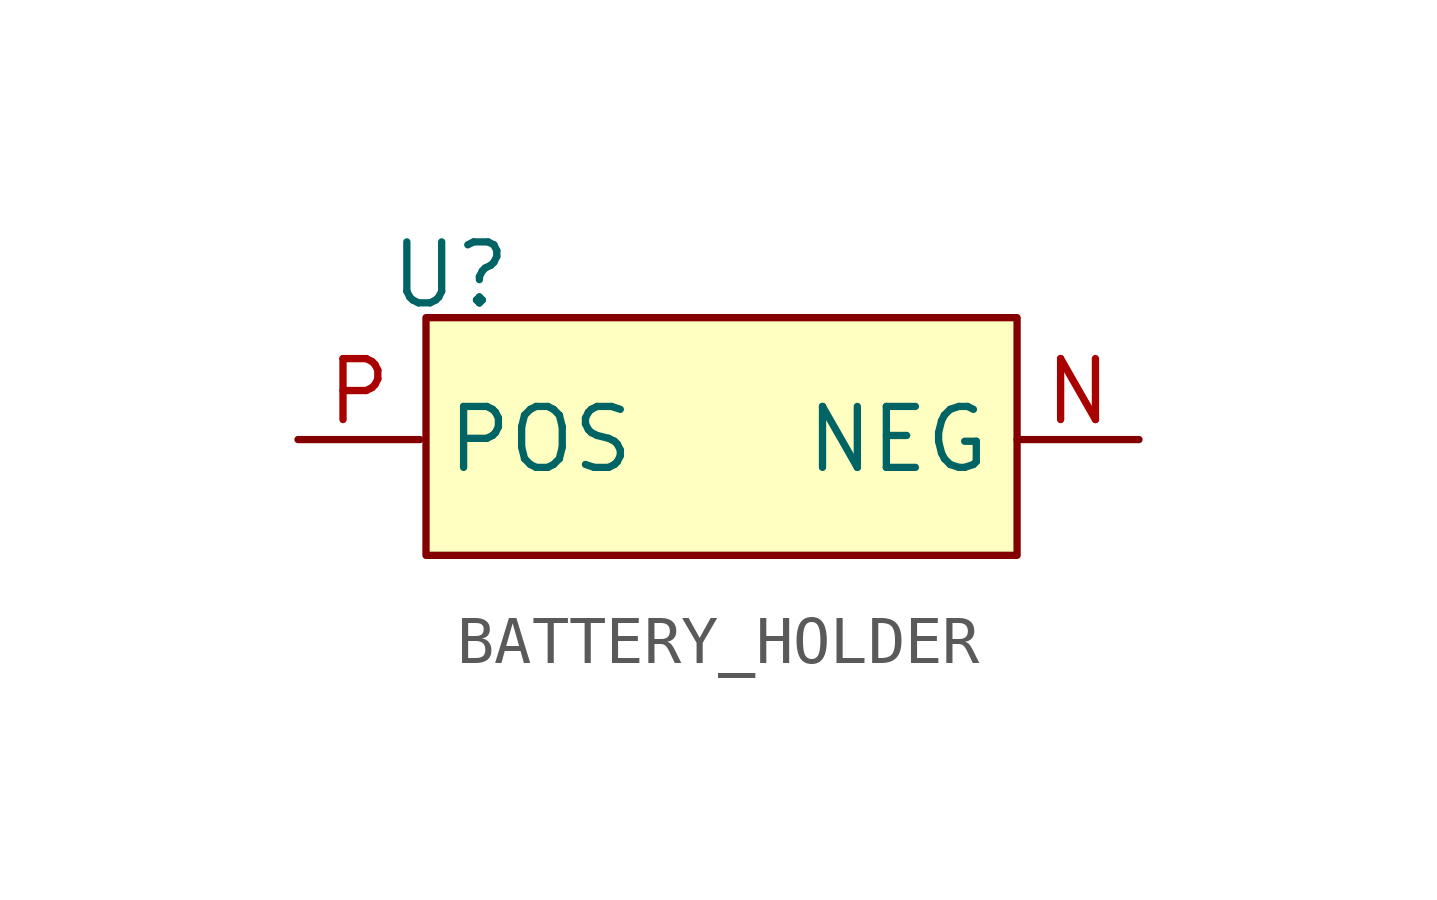
<source format=kicad_sym>
(kicad_symbol_lib
  (version 20220914)
  (generator kicad_symbol_editor)
  (symbol "BATTERY_HOLDER"
    (property "Reference" "U"
      (at 0.508 5.842 0)
      (effects (font (size 1.27 1.27))))
    (property "Value" ""
      (at 0 0 0)
      (effects (font (size 1.27 1.27))))
    (symbol "BATTERY_HOLDER_1_1"
      (rectangle (start 0 4.953) (end 12.319 0) (stroke (width 0) (type default)) (fill (type background)))
      (pin power_in line (at 14.859 2.413 180) (length 2.54) (name "NEG" (effects (font (size 1.27 1.27)))) (number "N" (effects (font (size 1.27 1.27)))))
      (pin power_in line (at -2.667 2.413 0) (length 2.54) (name "POS" (effects (font (size 1.27 1.27)))) (number "P" (effects (font (size 1.27 1.27))))))))
</source>
